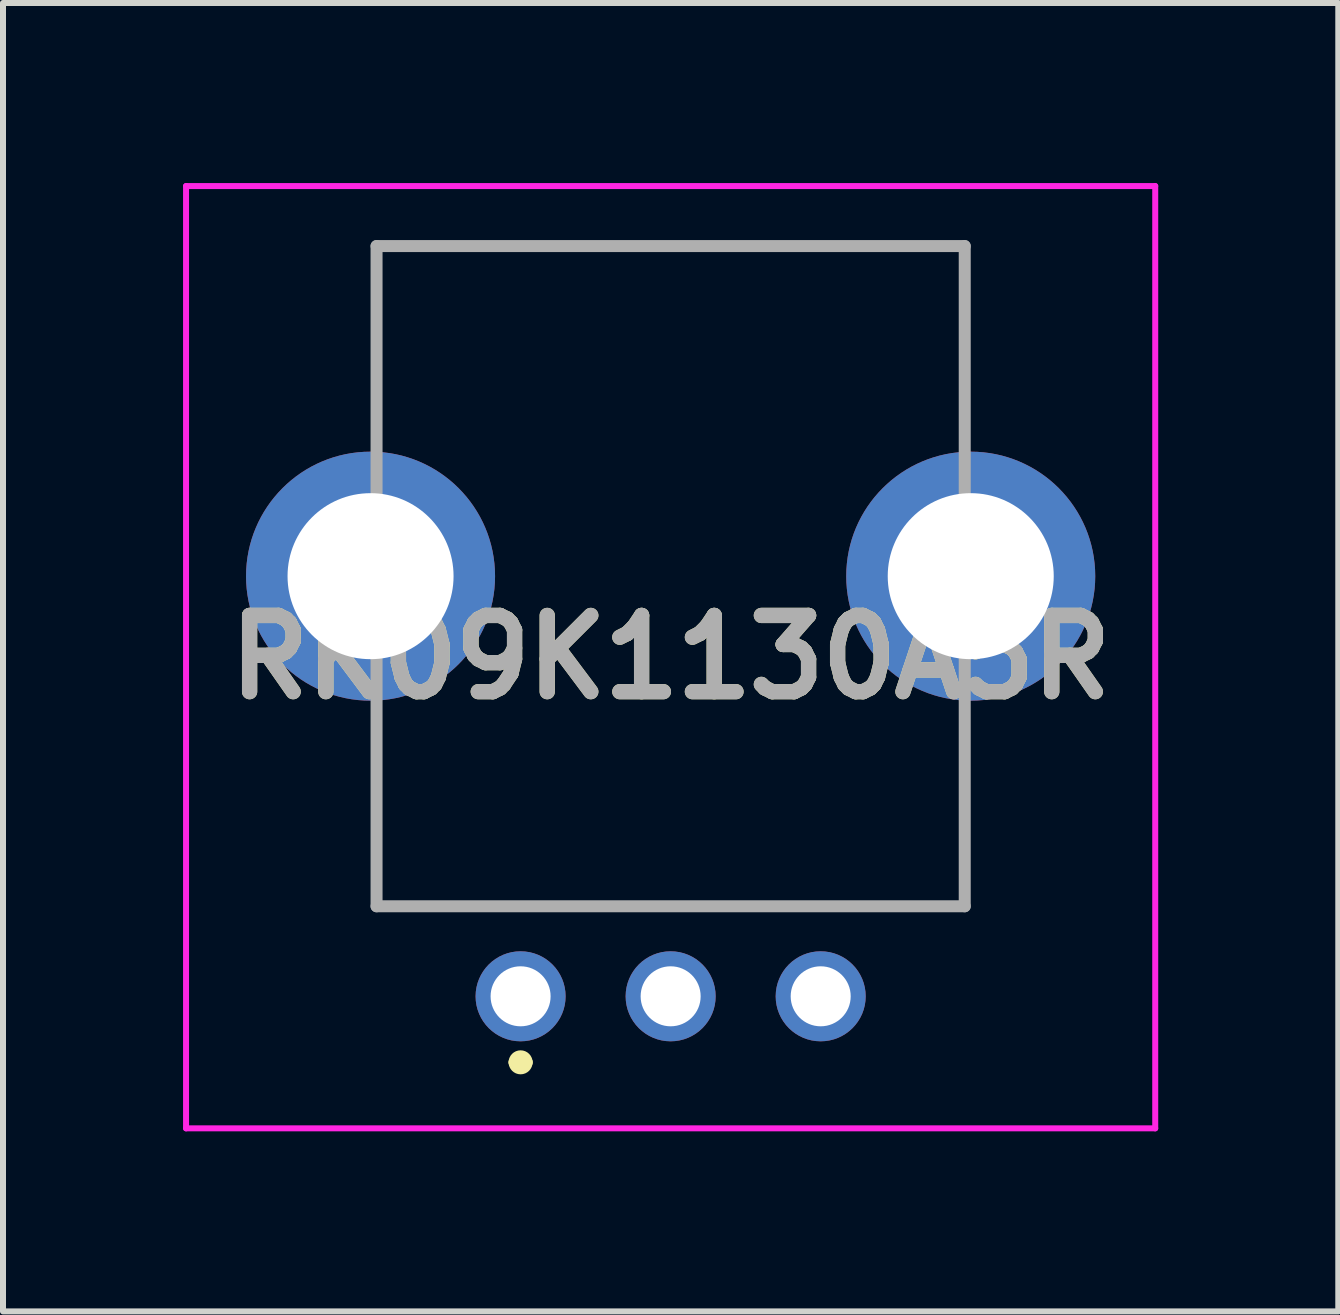
<source format=kicad_pcb>
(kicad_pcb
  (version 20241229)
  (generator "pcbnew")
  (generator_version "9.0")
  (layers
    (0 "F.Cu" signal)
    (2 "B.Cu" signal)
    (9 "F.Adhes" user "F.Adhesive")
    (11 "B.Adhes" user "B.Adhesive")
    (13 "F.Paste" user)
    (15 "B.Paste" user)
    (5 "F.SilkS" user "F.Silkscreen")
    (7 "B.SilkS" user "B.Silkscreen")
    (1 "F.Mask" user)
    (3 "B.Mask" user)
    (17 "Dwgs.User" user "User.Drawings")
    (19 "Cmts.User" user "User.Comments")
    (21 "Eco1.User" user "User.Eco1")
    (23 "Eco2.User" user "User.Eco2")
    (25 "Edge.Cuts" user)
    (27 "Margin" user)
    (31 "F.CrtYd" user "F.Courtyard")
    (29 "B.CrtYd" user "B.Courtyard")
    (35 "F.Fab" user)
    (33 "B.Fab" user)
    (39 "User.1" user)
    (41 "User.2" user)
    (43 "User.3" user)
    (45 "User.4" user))
  (footprint "RK09K1130A5R"
    (layer "F.Cu")
    (at 8.124 6.55)
    (property "Reference" "RK09K1130A5R" (at 0 1.35 0) (layer "F.SilkS") (effects (font (size 1.27 1.27) (thickness 0.254))))
    (attr through_hole)
    (fp_line (start -4.9 -5.5) (end 4.9 -5.5) (stroke (width 0.1) (type solid)) (layer "F.SilkS"))
    (fp_line (start -4.9 -2.5) (end -4.9 -5.5) (stroke (width 0.1) (type solid)) (layer "F.SilkS"))
    (fp_line (start -4.9 2.5) (end -4.9 5.5) (stroke (width 0.1) (type solid)) (layer "F.SilkS"))
    (fp_line (start -4.9 5.5) (end 4.9 5.5) (stroke (width 0.1) (type solid)) (layer "F.SilkS"))
    (fp_line (start -2.6 8.1) (end -2.6 8.1) (stroke (width 0.2) (type solid)) (layer "F.SilkS"))
    (fp_line (start -2.4 8.1) (end -2.4 8.1) (stroke (width 0.2) (type solid)) (layer "F.SilkS"))
    (fp_line (start 4.9 -5.5) (end 4.9 -2.5) (stroke (width 0.1) (type solid)) (layer "F.SilkS"))
    (fp_line (start 4.9 5.5) (end 4.9 2.5) (stroke (width 0.1) (type solid)) (layer "F.SilkS"))
    (fp_arc (start -2.6 8.1) (mid -2.5 8) (end -2.4 8.1) (stroke (width 0.2) (type solid)) (layer "F.SilkS"))
    (fp_arc (start -2.4 8.1) (mid -2.5 8.2) (end -2.6 8.1) (stroke (width 0.2) (type solid)) (layer "F.SilkS"))
    (fp_line (start -8.074 -6.5) (end 8.074 -6.5) (stroke (width 0.1) (type solid)) (layer "F.CrtYd"))
    (fp_line (start -8.074 9.2) (end -8.074 -6.5) (stroke (width 0.1) (type solid)) (layer "F.CrtYd"))
    (fp_line (start 8.074 -6.5) (end 8.074 9.2) (stroke (width 0.1) (type solid)) (layer "F.CrtYd"))
    (fp_line (start 8.074 9.2) (end -8.074 9.2) (stroke (width 0.1) (type solid)) (layer "F.CrtYd"))
    (fp_line (start -4.9 -5.5) (end 4.9 -5.5) (stroke (width 0.2) (type solid)) (layer "F.Fab"))
    (fp_line (start -4.9 5.5) (end -4.9 -5.5) (stroke (width 0.2) (type solid)) (layer "F.Fab"))
    (fp_line (start 4.9 -5.5) (end 4.9 5.5) (stroke (width 0.2) (type solid)) (layer "F.Fab"))
    (fp_line (start 4.9 5.5) (end -4.9 5.5) (stroke (width 0.2) (type solid)) (layer "F.Fab"))
    (fp_text user "${REFERENCE}" (at 0 1.35 0) (layer "F.Fab") (effects (font (size 1.27 1.27) (thickness 0.254))))
    (pad "1" thru_hole circle (at -2.5 7) (size 1.5 1.5) (drill 1) (layers "*.Cu" "*.Mask"))
    (pad "2" thru_hole circle (at 0 7) (size 1.5 1.5) (drill 1) (layers "*.Cu" "*.Mask"))
    (pad "3" thru_hole circle (at 2.5 7) (size 1.5 1.5) (drill 1) (layers "*.Cu" "*.Mask"))
    (pad "4" thru_hole circle (at -5 0) (size 4.149 4.149) (drill 2.766) (layers "*.Cu" "*.Mask"))
    (pad "5" thru_hole circle (at 5 0) (size 4.149 4.149) (drill 2.766) (layers "*.Cu" "*.Mask")))
  (gr_rect
    (start -3 -3)
    (end 19.248 18.8)
    (stroke (width 0.1) (type default))
    (fill no)
    (layer "Edge.Cuts")))
</source>
